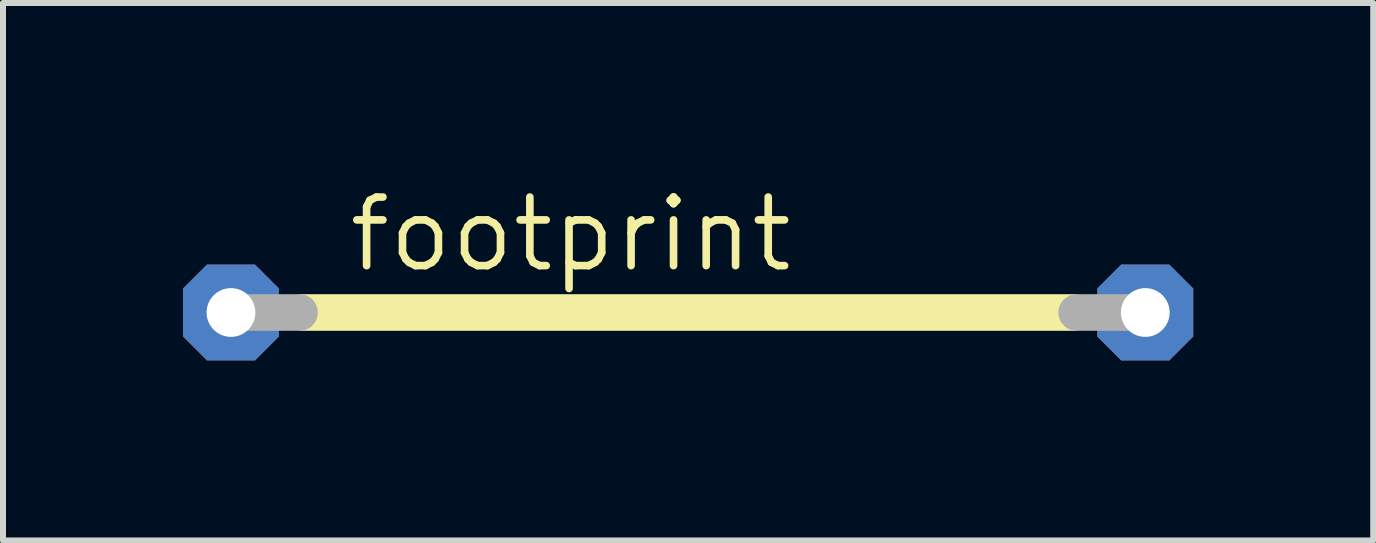
<source format=kicad_pcb>
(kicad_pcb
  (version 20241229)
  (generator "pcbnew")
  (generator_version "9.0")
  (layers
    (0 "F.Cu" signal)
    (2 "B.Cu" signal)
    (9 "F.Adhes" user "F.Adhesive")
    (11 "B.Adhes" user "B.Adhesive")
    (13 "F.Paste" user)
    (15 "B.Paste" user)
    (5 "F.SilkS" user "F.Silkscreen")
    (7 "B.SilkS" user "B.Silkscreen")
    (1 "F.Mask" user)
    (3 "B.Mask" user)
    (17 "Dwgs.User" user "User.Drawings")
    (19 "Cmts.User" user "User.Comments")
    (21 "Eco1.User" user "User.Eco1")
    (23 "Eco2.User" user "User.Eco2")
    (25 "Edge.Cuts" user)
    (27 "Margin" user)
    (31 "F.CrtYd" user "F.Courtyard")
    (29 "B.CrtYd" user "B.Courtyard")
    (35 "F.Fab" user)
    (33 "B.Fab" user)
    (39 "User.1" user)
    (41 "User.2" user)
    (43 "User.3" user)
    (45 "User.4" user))
  (footprint "footprint"
    (layer "F.Cu")
    (at 8.42 2.159)
    (property "Reference" "footprint" (at -5.715 -0.635 0) (layer "F.SilkS") (effects (font (size 1.143 1.143) (thickness 0.127)) (justify left bottom)))
    (fp_line (start -6.426 0) (end 6.426 0) (stroke (width 0.61) (type solid)) (layer "F.SilkS"))
    (fp_line (start -7.62 0) (end -6.477 0) (stroke (width 0.61) (type solid)) (layer "F.Fab"))
    (fp_line (start 7.62 0) (end 6.477 0) (stroke (width 0.61) (type solid)) (layer "F.Fab"))
    (pad "1" thru_hole roundrect (at -7.62 0) (size 1.6 1.6) (drill 0.813) (layers "*.Cu" "*.Mask") (roundrect_rratio 0.25) (chamfer_ratio 0.25) (chamfer top_left top_right bottom_left bottom_right))
    (pad "2" thru_hole roundrect (at 7.62 0) (size 1.6 1.6) (drill 0.813) (layers "*.Cu" "*.Mask") (roundrect_rratio 0.25) (chamfer_ratio 0.25) (chamfer top_left top_right bottom_left bottom_right)))
  (gr_rect
    (start -3 -3)
    (end 19.84 5.959)
    (stroke (width 0.1) (type default))
    (fill no)
    (layer "Edge.Cuts")))
</source>
